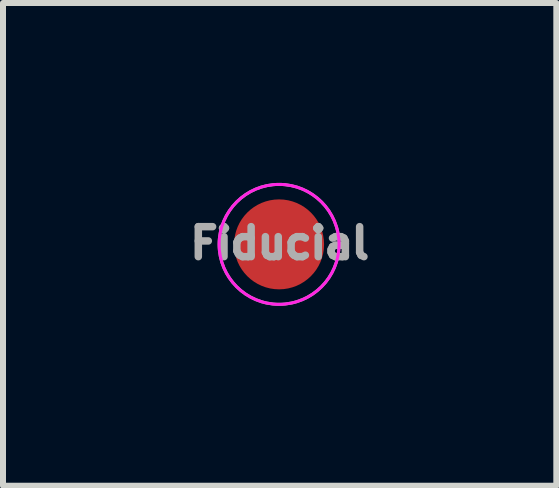
<source format=kicad_pcb>
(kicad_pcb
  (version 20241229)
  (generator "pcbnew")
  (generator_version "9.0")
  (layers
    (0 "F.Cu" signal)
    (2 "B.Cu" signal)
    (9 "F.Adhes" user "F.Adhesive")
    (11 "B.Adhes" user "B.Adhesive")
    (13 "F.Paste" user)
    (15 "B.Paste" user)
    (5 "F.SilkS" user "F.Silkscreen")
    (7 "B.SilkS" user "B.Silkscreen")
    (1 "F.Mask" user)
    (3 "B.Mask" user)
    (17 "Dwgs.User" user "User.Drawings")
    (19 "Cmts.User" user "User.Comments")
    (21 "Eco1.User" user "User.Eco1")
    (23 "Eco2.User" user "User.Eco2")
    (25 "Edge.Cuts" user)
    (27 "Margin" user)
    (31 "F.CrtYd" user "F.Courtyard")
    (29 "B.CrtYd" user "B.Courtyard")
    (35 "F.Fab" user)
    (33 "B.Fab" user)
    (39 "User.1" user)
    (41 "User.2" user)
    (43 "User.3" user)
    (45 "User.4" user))
  (footprint "Fiducial"
    (layer "F.Cu")
    (at 1.604 1.025)
    (property "Reference" "Fiducial" (at 0.01 -0.02 0) (layer "F.Fab") (effects (font (size 0.5 0.5) (thickness 0.125))))
    (attr exclude_from_pos_files exclude_from_bom)
    (fp_circle (center 0 0) (end 1 0) (stroke (width 0.05) (type solid)) (fill no) (layer "F.CrtYd"))
    (fp_circle (center 0 0) (end 1 0) (stroke (width 0.05) (type solid)) (fill no) (layer "F.Fab"))
    (pad "~" smd circle (at 0 0) (size 1.5 1.5) (layers "F.Cu" "F.Mask")))
  (gr_rect
    (start -3 -3)
    (end 6.227 5.05)
    (stroke (width 0.1) (type default))
    (fill no)
    (layer "Edge.Cuts")))
</source>
